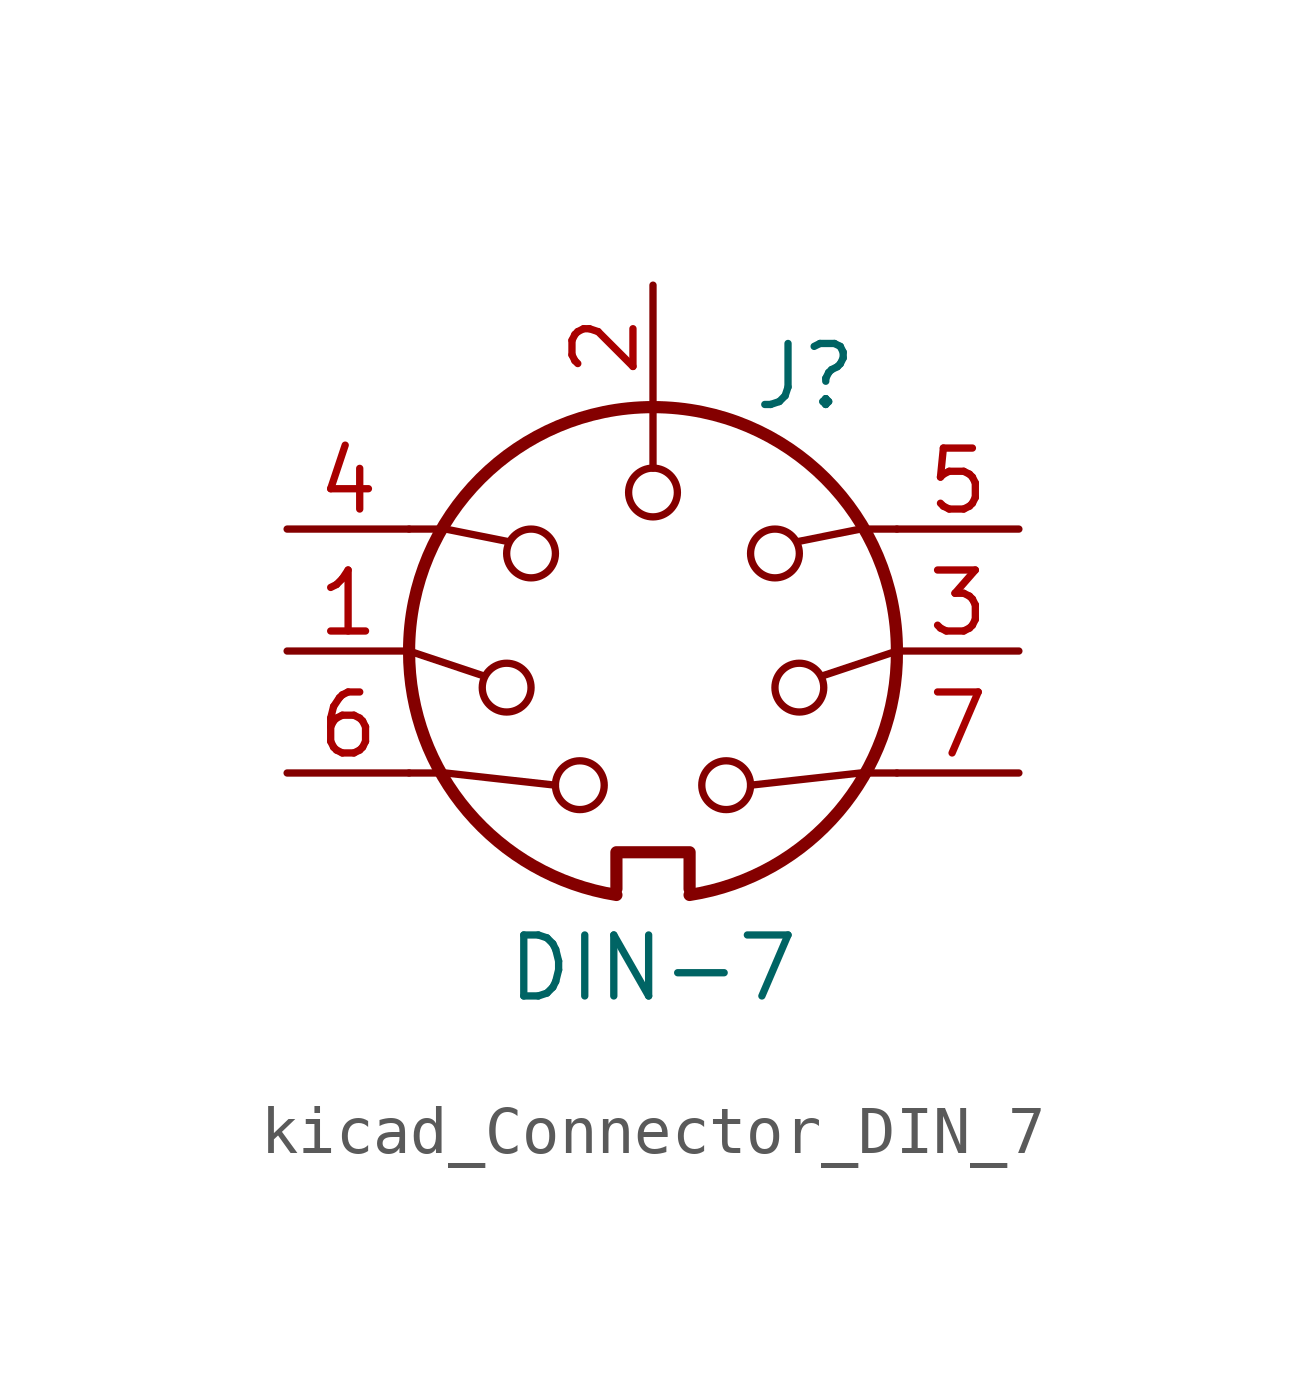
<source format=kicad_sym>
(kicad_symbol_lib
  (version 20220914)
  (generator kicad_symbol_editor)
  (symbol "kicad_Connector_DIN_7"
    (pin_names
      (offset 1.016))
    (property "Reference" "J"
      (at 3.175 5.715 0)
      (effects (font (size 1.27 1.27))))
    (property "Value" "DIN-7"
      (at 0 -6.604 0)
      (effects (font (size 1.27 1.27))))
    (symbol "kicad_Connector_DIN_7_0_1"
      (arc (start -5.08 0) (mid -3.8609 -3.3364) (end -0.762 -5.08) (stroke (width 0.254) (type default)) (fill (type none)))
      (circle (center -3.048 -0.762) (radius 0.508) (stroke (width 0) (type default)) (fill (type none)))
      (circle (center -2.54 2.032) (radius 0.508) (stroke (width 0) (type default)) (fill (type none)))
      (circle (center -1.524 -2.794) (radius 0.508) (stroke (width 0) (type default)) (fill (type none)))
      (polyline (pts (xy -5.08 0) (xy -3.556 -0.508)) (stroke (width 0) (type default)) (fill (type none)))
      (polyline (pts (xy 0 5.08) (xy 0 3.81)) (stroke (width 0) (type default)) (fill (type none)))
      (polyline (pts (xy 5.08 0) (xy 3.556 -0.508)) (stroke (width 0) (type default)) (fill (type none)))
      (polyline (pts (xy -5.08 -2.54) (xy -4.318 -2.54) (xy -2.032 -2.794)) (stroke (width 0) (type default)) (fill (type none)))
      (polyline (pts (xy -5.08 2.54) (xy -4.318 2.54) (xy -3.048 2.286)) (stroke (width 0) (type default)) (fill (type none)))
      (polyline (pts (xy 5.08 -2.54) (xy 4.318 -2.54) (xy 2.032 -2.794)) (stroke (width 0) (type default)) (fill (type none)))
      (polyline (pts (xy 5.08 2.54) (xy 4.318 2.54) (xy 3.048 2.286)) (stroke (width 0) (type default)) (fill (type none)))
      (polyline (pts (xy -0.762 -4.953) (xy -0.762 -4.191) (xy 0.762 -4.191) (xy 0.762 -4.953)) (stroke (width 0.254) (type default)) (fill (type none)))
      (circle (center 0 3.302) (radius 0.508) (stroke (width 0) (type default)) (fill (type none)))
      (arc (start 0.762 -5.08) (mid 3.8685 -3.343) (end 5.08 0) (stroke (width 0.254) (type default)) (fill (type none)))
      (circle (center 1.524 -2.794) (radius 0.508) (stroke (width 0) (type default)) (fill (type none)))
      (circle (center 2.54 2.032) (radius 0.508) (stroke (width 0) (type default)) (fill (type none)))
      (circle (center 3.048 -0.762) (radius 0.508) (stroke (width 0) (type default)) (fill (type none)))
      (arc (start 5.08 0) (mid 0 5.0579) (end -5.08 0) (stroke (width 0.254) (type default)) (fill (type none))))
    (symbol "kicad_Connector_DIN_7_1_1"
      (pin passive line (at -7.62 0 0) (length 2.54) (name "~" (effects (font (size 1.27 1.27)))) (number "1" (effects (font (size 1.27 1.27)))))
      (pin passive line (at 0 7.62 270) (length 2.54) (name "~" (effects (font (size 1.27 1.27)))) (number "2" (effects (font (size 1.27 1.27)))))
      (pin passive line (at 7.62 0 180) (length 2.54) (name "~" (effects (font (size 1.27 1.27)))) (number "3" (effects (font (size 1.27 1.27)))))
      (pin passive line (at -7.62 2.54 0) (length 2.54) (name "~" (effects (font (size 1.27 1.27)))) (number "4" (effects (font (size 1.27 1.27)))))
      (pin passive line (at 7.62 2.54 180) (length 2.54) (name "~" (effects (font (size 1.27 1.27)))) (number "5" (effects (font (size 1.27 1.27)))))
      (pin passive line (at -7.62 -2.54 0) (length 2.54) (name "~" (effects (font (size 1.27 1.27)))) (number "6" (effects (font (size 1.27 1.27)))))
      (pin passive line (at 7.62 -2.54 180) (length 2.54) (name "~" (effects (font (size 1.27 1.27)))) (number "7" (effects (font (size 1.27 1.27))))))))
</source>
